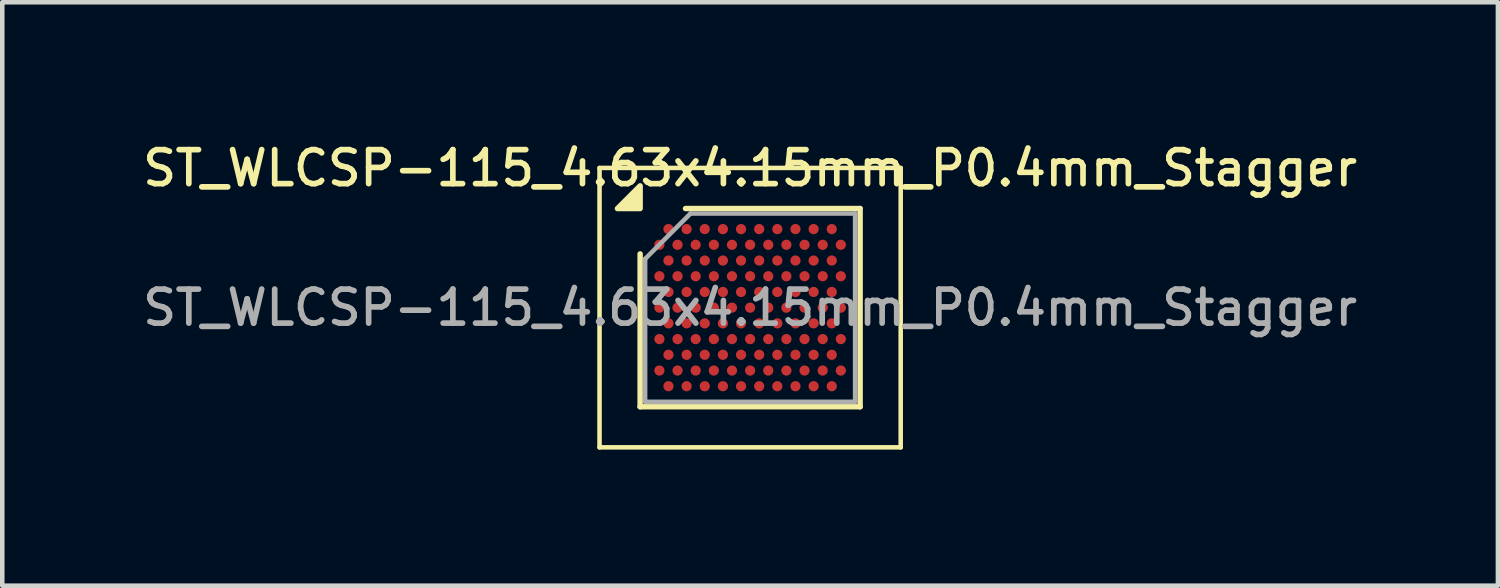
<source format=kicad_pcb>
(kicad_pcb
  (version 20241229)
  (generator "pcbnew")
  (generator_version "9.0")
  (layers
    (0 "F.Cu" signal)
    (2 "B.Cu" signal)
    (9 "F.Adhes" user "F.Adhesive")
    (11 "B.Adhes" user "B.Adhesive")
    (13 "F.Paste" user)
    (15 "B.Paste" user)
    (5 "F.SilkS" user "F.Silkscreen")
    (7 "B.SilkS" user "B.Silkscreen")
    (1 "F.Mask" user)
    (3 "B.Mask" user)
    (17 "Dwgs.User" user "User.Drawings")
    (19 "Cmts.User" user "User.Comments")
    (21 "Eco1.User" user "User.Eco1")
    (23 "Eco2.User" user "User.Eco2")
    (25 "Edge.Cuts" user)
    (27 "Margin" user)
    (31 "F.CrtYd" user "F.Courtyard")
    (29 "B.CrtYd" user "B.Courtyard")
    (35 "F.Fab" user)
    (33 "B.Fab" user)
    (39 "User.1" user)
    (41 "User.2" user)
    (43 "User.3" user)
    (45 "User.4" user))
  (footprint "ST_WLCSP-115_4.63x4.15mm_P0.4mm_Stagger"
    (layer "F.Cu")
    (at 13.488 3.733)
    (property "Reference" "ST_WLCSP-115_4.63x4.15mm_P0.4mm_Stagger" (at 0 -3.075 0) (layer "F.SilkS") (effects (font (size 0.75 0.75) (thickness 0.125))))
    (attr smd)
    (fp_line (start -3.32 -3.08) (end -3.32 3.08) (stroke (width 0.1) (type solid)) (layer "F.SilkS"))
    (fp_line (start -3.32 3.08) (end 3.32 3.08) (stroke (width 0.1) (type solid)) (layer "F.SilkS"))
    (fp_line (start -2.425 2.185) (end -2.425 -1.185) (stroke (width 0.12) (type solid)) (layer "F.SilkS"))
    (fp_line (start -1.425 -2.185) (end 2.425 -2.185) (stroke (width 0.12) (type solid)) (layer "F.SilkS"))
    (fp_line (start 2.425 -2.185) (end 2.425 2.185) (stroke (width 0.12) (type solid)) (layer "F.SilkS"))
    (fp_line (start 2.425 2.185) (end -2.425 2.185) (stroke (width 0.12) (type solid)) (layer "F.SilkS"))
    (fp_line (start 3.32 -3.08) (end -3.32 -3.08) (stroke (width 0.1) (type solid)) (layer "F.SilkS"))
    (fp_line (start 3.32 3.08) (end 3.32 -3.08) (stroke (width 0.1) (type solid)) (layer "F.SilkS"))
    (fp_poly (pts (xy -2.425 -2.185) (xy -2.925 -2.185) (xy -2.425 -2.685) (xy -2.425 -2.185)) (stroke (width 0.12) (type solid)) (fill yes) (layer "F.SilkS"))
    (fp_line (start -2.315 -1.075) (end -1.315 -2.075) (stroke (width 0.1) (type solid)) (layer "F.Fab"))
    (fp_line (start -2.315 2.075) (end -2.315 -1.075) (stroke (width 0.1) (type solid)) (layer "F.Fab"))
    (fp_line (start -1.315 -2.075) (end 2.315 -2.075) (stroke (width 0.1) (type solid)) (layer "F.Fab"))
    (fp_line (start 2.315 -2.075) (end 2.315 2.075) (stroke (width 0.1) (type solid)) (layer "F.Fab"))
    (fp_line (start 2.315 2.075) (end -2.315 2.075) (stroke (width 0.1) (type solid)) (layer "F.Fab"))
    (fp_text user "${REFERENCE}" (at 0 0 0) (layer "F.Fab") (effects (font (size 0.75 0.75) (thickness 0.125))))
    (pad "A2" smd circle (at -1.8 -1.732) (size 0.225 0.225) (property pad_prop_bga) (layers "F.Cu" "F.Mask" "F.Paste"))
    (pad "A4" smd circle (at -1.4 -1.732) (size 0.225 0.225) (property pad_prop_bga) (layers "F.Cu" "F.Mask" "F.Paste"))
    (pad "A6" smd circle (at -1 -1.732) (size 0.225 0.225) (property pad_prop_bga) (layers "F.Cu" "F.Mask" "F.Paste"))
    (pad "A8" smd circle (at -0.6 -1.732) (size 0.225 0.225) (property pad_prop_bga) (layers "F.Cu" "F.Mask" "F.Paste"))
    (pad "A10" smd circle (at -0.2 -1.732) (size 0.225 0.225) (property pad_prop_bga) (layers "F.Cu" "F.Mask" "F.Paste"))
    (pad "A12" smd circle (at 0.2 -1.732) (size 0.225 0.225) (property pad_prop_bga) (layers "F.Cu" "F.Mask" "F.Paste"))
    (pad "A14" smd circle (at 0.6 -1.732) (size 0.225 0.225) (property pad_prop_bga) (layers "F.Cu" "F.Mask" "F.Paste"))
    (pad "A16" smd circle (at 1 -1.732) (size 0.225 0.225) (property pad_prop_bga) (layers "F.Cu" "F.Mask" "F.Paste"))
    (pad "A18" smd circle (at 1.4 -1.732) (size 0.225 0.225) (property pad_prop_bga) (layers "F.Cu" "F.Mask" "F.Paste"))
    (pad "A20" smd circle (at 1.8 -1.732) (size 0.225 0.225) (property pad_prop_bga) (layers "F.Cu" "F.Mask" "F.Paste"))
    (pad "B1" smd circle (at -2 -1.386) (size 0.225 0.225) (property pad_prop_bga) (layers "F.Cu" "F.Mask" "F.Paste"))
    (pad "B3" smd circle (at -1.6 -1.386) (size 0.225 0.225) (property pad_prop_bga) (layers "F.Cu" "F.Mask" "F.Paste"))
    (pad "B5" smd circle (at -1.2 -1.386) (size 0.225 0.225) (property pad_prop_bga) (layers "F.Cu" "F.Mask" "F.Paste"))
    (pad "B7" smd circle (at -0.8 -1.386) (size 0.225 0.225) (property pad_prop_bga) (layers "F.Cu" "F.Mask" "F.Paste"))
    (pad "B9" smd circle (at -0.4 -1.386) (size 0.225 0.225) (property pad_prop_bga) (layers "F.Cu" "F.Mask" "F.Paste"))
    (pad "B11" smd circle (at 0 -1.386) (size 0.225 0.225) (property pad_prop_bga) (layers "F.Cu" "F.Mask" "F.Paste"))
    (pad "B13" smd circle (at 0.4 -1.386) (size 0.225 0.225) (property pad_prop_bga) (layers "F.Cu" "F.Mask" "F.Paste"))
    (pad "B15" smd circle (at 0.8 -1.386) (size 0.225 0.225) (property pad_prop_bga) (layers "F.Cu" "F.Mask" "F.Paste"))
    (pad "B17" smd circle (at 1.2 -1.386) (size 0.225 0.225) (property pad_prop_bga) (layers "F.Cu" "F.Mask" "F.Paste"))
    (pad "B19" smd circle (at 1.6 -1.386) (size 0.225 0.225) (property pad_prop_bga) (layers "F.Cu" "F.Mask" "F.Paste"))
    (pad "B21" smd circle (at 2 -1.386) (size 0.225 0.225) (property pad_prop_bga) (layers "F.Cu" "F.Mask" "F.Paste"))
    (pad "C2" smd circle (at -1.8 -1.039) (size 0.225 0.225) (property pad_prop_bga) (layers "F.Cu" "F.Mask" "F.Paste"))
    (pad "C4" smd circle (at -1.4 -1.039) (size 0.225 0.225) (property pad_prop_bga) (layers "F.Cu" "F.Mask" "F.Paste"))
    (pad "C6" smd circle (at -1 -1.039) (size 0.225 0.225) (property pad_prop_bga) (layers "F.Cu" "F.Mask" "F.Paste"))
    (pad "C8" smd circle (at -0.6 -1.039) (size 0.225 0.225) (property pad_prop_bga) (layers "F.Cu" "F.Mask" "F.Paste"))
    (pad "C10" smd circle (at -0.2 -1.039) (size 0.225 0.225) (property pad_prop_bga) (layers "F.Cu" "F.Mask" "F.Paste"))
    (pad "C12" smd circle (at 0.2 -1.039) (size 0.225 0.225) (property pad_prop_bga) (layers "F.Cu" "F.Mask" "F.Paste"))
    (pad "C14" smd circle (at 0.6 -1.039) (size 0.225 0.225) (property pad_prop_bga) (layers "F.Cu" "F.Mask" "F.Paste"))
    (pad "C16" smd circle (at 1 -1.039) (size 0.225 0.225) (property pad_prop_bga) (layers "F.Cu" "F.Mask" "F.Paste"))
    (pad "C18" smd circle (at 1.4 -1.039) (size 0.225 0.225) (property pad_prop_bga) (layers "F.Cu" "F.Mask" "F.Paste"))
    (pad "C20" smd circle (at 1.8 -1.039) (size 0.225 0.225) (property pad_prop_bga) (layers "F.Cu" "F.Mask" "F.Paste"))
    (pad "D1" smd circle (at -2 -0.693) (size 0.225 0.225) (property pad_prop_bga) (layers "F.Cu" "F.Mask" "F.Paste"))
    (pad "D3" smd circle (at -1.6 -0.693) (size 0.225 0.225) (property pad_prop_bga) (layers "F.Cu" "F.Mask" "F.Paste"))
    (pad "D5" smd circle (at -1.2 -0.693) (size 0.225 0.225) (property pad_prop_bga) (layers "F.Cu" "F.Mask" "F.Paste"))
    (pad "D7" smd circle (at -0.8 -0.693) (size 0.225 0.225) (property pad_prop_bga) (layers "F.Cu" "F.Mask" "F.Paste"))
    (pad "D9" smd circle (at -0.4 -0.693) (size 0.225 0.225) (property pad_prop_bga) (layers "F.Cu" "F.Mask" "F.Paste"))
    (pad "D11" smd circle (at 0 -0.693) (size 0.225 0.225) (property pad_prop_bga) (layers "F.Cu" "F.Mask" "F.Paste"))
    (pad "D13" smd circle (at 0.4 -0.693) (size 0.225 0.225) (property pad_prop_bga) (layers "F.Cu" "F.Mask" "F.Paste"))
    (pad "D15" smd circle (at 0.8 -0.693) (size 0.225 0.225) (property pad_prop_bga) (layers "F.Cu" "F.Mask" "F.Paste"))
    (pad "D17" smd circle (at 1.2 -0.693) (size 0.225 0.225) (property pad_prop_bga) (layers "F.Cu" "F.Mask" "F.Paste"))
    (pad "D19" smd circle (at 1.6 -0.693) (size 0.225 0.225) (property pad_prop_bga) (layers "F.Cu" "F.Mask" "F.Paste"))
    (pad "D21" smd circle (at 2 -0.693) (size 0.225 0.225) (property pad_prop_bga) (layers "F.Cu" "F.Mask" "F.Paste"))
    (pad "E2" smd circle (at -1.8 -0.346) (size 0.225 0.225) (property pad_prop_bga) (layers "F.Cu" "F.Mask" "F.Paste"))
    (pad "E4" smd circle (at -1.4 -0.346) (size 0.225 0.225) (property pad_prop_bga) (layers "F.Cu" "F.Mask" "F.Paste"))
    (pad "E6" smd circle (at -1 -0.346) (size 0.225 0.225) (property pad_prop_bga) (layers "F.Cu" "F.Mask" "F.Paste"))
    (pad "E8" smd circle (at -0.6 -0.346) (size 0.225 0.225) (property pad_prop_bga) (layers "F.Cu" "F.Mask" "F.Paste"))
    (pad "E10" smd circle (at -0.2 -0.346) (size 0.225 0.225) (property pad_prop_bga) (layers "F.Cu" "F.Mask" "F.Paste"))
    (pad "E12" smd circle (at 0.2 -0.346) (size 0.225 0.225) (property pad_prop_bga) (layers "F.Cu" "F.Mask" "F.Paste"))
    (pad "E14" smd circle (at 0.6 -0.346) (size 0.225 0.225) (property pad_prop_bga) (layers "F.Cu" "F.Mask" "F.Paste"))
    (pad "E16" smd circle (at 1 -0.346) (size 0.225 0.225) (property pad_prop_bga) (layers "F.Cu" "F.Mask" "F.Paste"))
    (pad "E18" smd circle (at 1.4 -0.346) (size 0.225 0.225) (property pad_prop_bga) (layers "F.Cu" "F.Mask" "F.Paste"))
    (pad "E20" smd circle (at 1.8 -0.346) (size 0.225 0.225) (property pad_prop_bga) (layers "F.Cu" "F.Mask" "F.Paste"))
    (pad "F1" smd circle (at -2 0) (size 0.225 0.225) (property pad_prop_bga) (layers "F.Cu" "F.Mask" "F.Paste"))
    (pad "F3" smd circle (at -1.6 0) (size 0.225 0.225) (property pad_prop_bga) (layers "F.Cu" "F.Mask" "F.Paste"))
    (pad "F5" smd circle (at -1.2 0) (size 0.225 0.225) (property pad_prop_bga) (layers "F.Cu" "F.Mask" "F.Paste"))
    (pad "F7" smd circle (at -0.8 0) (size 0.225 0.225) (property pad_prop_bga) (layers "F.Cu" "F.Mask" "F.Paste"))
    (pad "F9" smd circle (at -0.4 0) (size 0.225 0.225) (property pad_prop_bga) (layers "F.Cu" "F.Mask" "F.Paste"))
    (pad "F11" smd circle (at 0 0) (size 0.225 0.225) (property pad_prop_bga) (layers "F.Cu" "F.Mask" "F.Paste"))
    (pad "F13" smd circle (at 0.4 0) (size 0.225 0.225) (property pad_prop_bga) (layers "F.Cu" "F.Mask" "F.Paste"))
    (pad "F15" smd circle (at 0.8 0) (size 0.225 0.225) (property pad_prop_bga) (layers "F.Cu" "F.Mask" "F.Paste"))
    (pad "F17" smd circle (at 1.2 0) (size 0.225 0.225) (property pad_prop_bga) (layers "F.Cu" "F.Mask" "F.Paste"))
    (pad "F19" smd circle (at 1.6 0) (size 0.225 0.225) (property pad_prop_bga) (layers "F.Cu" "F.Mask" "F.Paste"))
    (pad "F21" smd circle (at 2 0) (size 0.225 0.225) (property pad_prop_bga) (layers "F.Cu" "F.Mask" "F.Paste"))
    (pad "G2" smd circle (at -1.8 0.346) (size 0.225 0.225) (property pad_prop_bga) (layers "F.Cu" "F.Mask" "F.Paste"))
    (pad "G4" smd circle (at -1.4 0.346) (size 0.225 0.225) (property pad_prop_bga) (layers "F.Cu" "F.Mask" "F.Paste"))
    (pad "G6" smd circle (at -1 0.346) (size 0.225 0.225) (property pad_prop_bga) (layers "F.Cu" "F.Mask" "F.Paste"))
    (pad "G8" smd circle (at -0.6 0.346) (size 0.225 0.225) (property pad_prop_bga) (layers "F.Cu" "F.Mask" "F.Paste"))
    (pad "G10" smd circle (at -0.2 0.346) (size 0.225 0.225) (property pad_prop_bga) (layers "F.Cu" "F.Mask" "F.Paste"))
    (pad "G12" smd circle (at 0.2 0.346) (size 0.225 0.225) (property pad_prop_bga) (layers "F.Cu" "F.Mask" "F.Paste"))
    (pad "G14" smd circle (at 0.6 0.346) (size 0.225 0.225) (property pad_prop_bga) (layers "F.Cu" "F.Mask" "F.Paste"))
    (pad "G16" smd circle (at 1 0.346) (size 0.225 0.225) (property pad_prop_bga) (layers "F.Cu" "F.Mask" "F.Paste"))
    (pad "G18" smd circle (at 1.4 0.346) (size 0.225 0.225) (property pad_prop_bga) (layers "F.Cu" "F.Mask" "F.Paste"))
    (pad "G20" smd circle (at 1.8 0.346) (size 0.225 0.225) (property pad_prop_bga) (layers "F.Cu" "F.Mask" "F.Paste"))
    (pad "H1" smd circle (at -2 0.693) (size 0.225 0.225) (property pad_prop_bga) (layers "F.Cu" "F.Mask" "F.Paste"))
    (pad "H3" smd circle (at -1.6 0.693) (size 0.225 0.225) (property pad_prop_bga) (layers "F.Cu" "F.Mask" "F.Paste"))
    (pad "H5" smd circle (at -1.2 0.693) (size 0.225 0.225) (property pad_prop_bga) (layers "F.Cu" "F.Mask" "F.Paste"))
    (pad "H7" smd circle (at -0.8 0.693) (size 0.225 0.225) (property pad_prop_bga) (layers "F.Cu" "F.Mask" "F.Paste"))
    (pad "H9" smd circle (at -0.4 0.693) (size 0.225 0.225) (property pad_prop_bga) (layers "F.Cu" "F.Mask" "F.Paste"))
    (pad "H11" smd circle (at 0 0.693) (size 0.225 0.225) (property pad_prop_bga) (layers "F.Cu" "F.Mask" "F.Paste"))
    (pad "H13" smd circle (at 0.4 0.693) (size 0.225 0.225) (property pad_prop_bga) (layers "F.Cu" "F.Mask" "F.Paste"))
    (pad "H15" smd circle (at 0.8 0.693) (size 0.225 0.225) (property pad_prop_bga) (layers "F.Cu" "F.Mask" "F.Paste"))
    (pad "H17" smd circle (at 1.2 0.693) (size 0.225 0.225) (property pad_prop_bga) (layers "F.Cu" "F.Mask" "F.Paste"))
    (pad "H19" smd circle (at 1.6 0.693) (size 0.225 0.225) (property pad_prop_bga) (layers "F.Cu" "F.Mask" "F.Paste"))
    (pad "H21" smd circle (at 2 0.693) (size 0.225 0.225) (property pad_prop_bga) (layers "F.Cu" "F.Mask" "F.Paste"))
    (pad "J2" smd circle (at -1.8 1.039) (size 0.225 0.225) (property pad_prop_bga) (layers "F.Cu" "F.Mask" "F.Paste"))
    (pad "J4" smd circle (at -1.4 1.039) (size 0.225 0.225) (property pad_prop_bga) (layers "F.Cu" "F.Mask" "F.Paste"))
    (pad "J6" smd circle (at -1 1.039) (size 0.225 0.225) (property pad_prop_bga) (layers "F.Cu" "F.Mask" "F.Paste"))
    (pad "J8" smd circle (at -0.6 1.039) (size 0.225 0.225) (property pad_prop_bga) (layers "F.Cu" "F.Mask" "F.Paste"))
    (pad "J10" smd circle (at -0.2 1.039) (size 0.225 0.225) (property pad_prop_bga) (layers "F.Cu" "F.Mask" "F.Paste"))
    (pad "J12" smd circle (at 0.2 1.039) (size 0.225 0.225) (property pad_prop_bga) (layers "F.Cu" "F.Mask" "F.Paste"))
    (pad "J14" smd circle (at 0.6 1.039) (size 0.225 0.225) (property pad_prop_bga) (layers "F.Cu" "F.Mask" "F.Paste"))
    (pad "J16" smd circle (at 1 1.039) (size 0.225 0.225) (property pad_prop_bga) (layers "F.Cu" "F.Mask" "F.Paste"))
    (pad "J18" smd circle (at 1.4 1.039) (size 0.225 0.225) (property pad_prop_bga) (layers "F.Cu" "F.Mask" "F.Paste"))
    (pad "J20" smd circle (at 1.8 1.039) (size 0.225 0.225) (property pad_prop_bga) (layers "F.Cu" "F.Mask" "F.Paste"))
    (pad "K1" smd circle (at -2 1.386) (size 0.225 0.225) (property pad_prop_bga) (layers "F.Cu" "F.Mask" "F.Paste"))
    (pad "K3" smd circle (at -1.6 1.386) (size 0.225 0.225) (property pad_prop_bga) (layers "F.Cu" "F.Mask" "F.Paste"))
    (pad "K5" smd circle (at -1.2 1.386) (size 0.225 0.225) (property pad_prop_bga) (layers "F.Cu" "F.Mask" "F.Paste"))
    (pad "K7" smd circle (at -0.8 1.386) (size 0.225 0.225) (property pad_prop_bga) (layers "F.Cu" "F.Mask" "F.Paste"))
    (pad "K9" smd circle (at -0.4 1.386) (size 0.225 0.225) (property pad_prop_bga) (layers "F.Cu" "F.Mask" "F.Paste"))
    (pad "K11" smd circle (at 0 1.386) (size 0.225 0.225) (property pad_prop_bga) (layers "F.Cu" "F.Mask" "F.Paste"))
    (pad "K13" smd circle (at 0.4 1.386) (size 0.225 0.225) (property pad_prop_bga) (layers "F.Cu" "F.Mask" "F.Paste"))
    (pad "K15" smd circle (at 0.8 1.386) (size 0.225 0.225) (property pad_prop_bga) (layers "F.Cu" "F.Mask" "F.Paste"))
    (pad "K17" smd circle (at 1.2 1.386) (size 0.225 0.225) (property pad_prop_bga) (layers "F.Cu" "F.Mask" "F.Paste"))
    (pad "K19" smd circle (at 1.6 1.386) (size 0.225 0.225) (property pad_prop_bga) (layers "F.Cu" "F.Mask" "F.Paste"))
    (pad "K21" smd circle (at 2 1.386) (size 0.225 0.225) (property pad_prop_bga) (layers "F.Cu" "F.Mask" "F.Paste"))
    (pad "L2" smd circle (at -1.8 1.732) (size 0.225 0.225) (property pad_prop_bga) (layers "F.Cu" "F.Mask" "F.Paste"))
    (pad "L4" smd circle (at -1.4 1.732) (size 0.225 0.225) (property pad_prop_bga) (layers "F.Cu" "F.Mask" "F.Paste"))
    (pad "L6" smd circle (at -1 1.732) (size 0.225 0.225) (property pad_prop_bga) (layers "F.Cu" "F.Mask" "F.Paste"))
    (pad "L8" smd circle (at -0.6 1.732) (size 0.225 0.225) (property pad_prop_bga) (layers "F.Cu" "F.Mask" "F.Paste"))
    (pad "L10" smd circle (at -0.2 1.732) (size 0.225 0.225) (property pad_prop_bga) (layers "F.Cu" "F.Mask" "F.Paste"))
    (pad "L12" smd circle (at 0.2 1.732) (size 0.225 0.225) (property pad_prop_bga) (layers "F.Cu" "F.Mask" "F.Paste"))
    (pad "L14" smd circle (at 0.6 1.732) (size 0.225 0.225) (property pad_prop_bga) (layers "F.Cu" "F.Mask" "F.Paste"))
    (pad "L16" smd circle (at 1 1.732) (size 0.225 0.225) (property pad_prop_bga) (layers "F.Cu" "F.Mask" "F.Paste"))
    (pad "L18" smd circle (at 1.4 1.732) (size 0.225 0.225) (property pad_prop_bga) (layers "F.Cu" "F.Mask" "F.Paste"))
    (pad "L20" smd circle (at 1.8 1.732) (size 0.225 0.225) (property pad_prop_bga) (layers "F.Cu" "F.Mask" "F.Paste")))
  (gr_rect
    (start -3 -3)
    (end 29.975 9.863)
    (stroke (width 0.1) (type default))
    (fill no)
    (layer "Edge.Cuts")))
</source>
